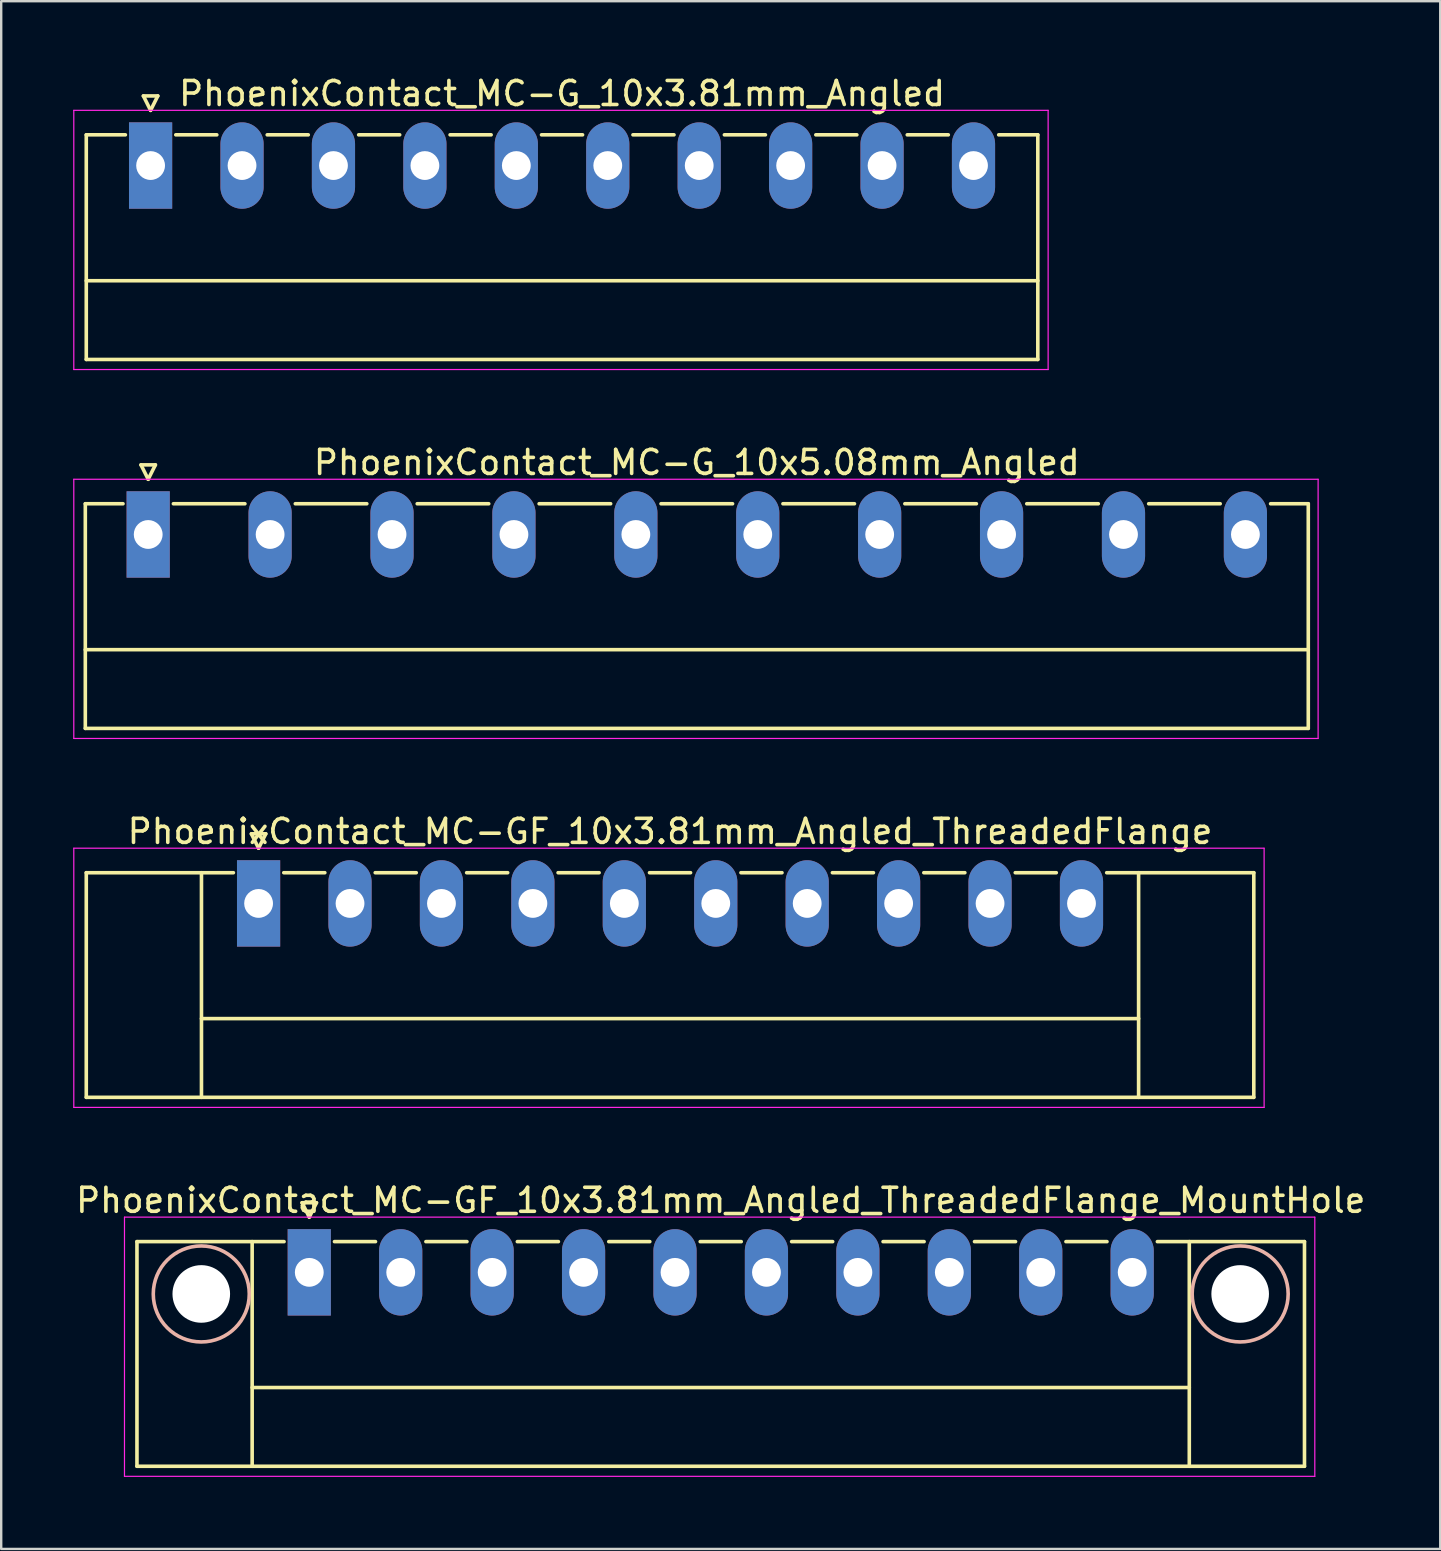
<source format=kicad_pcb>
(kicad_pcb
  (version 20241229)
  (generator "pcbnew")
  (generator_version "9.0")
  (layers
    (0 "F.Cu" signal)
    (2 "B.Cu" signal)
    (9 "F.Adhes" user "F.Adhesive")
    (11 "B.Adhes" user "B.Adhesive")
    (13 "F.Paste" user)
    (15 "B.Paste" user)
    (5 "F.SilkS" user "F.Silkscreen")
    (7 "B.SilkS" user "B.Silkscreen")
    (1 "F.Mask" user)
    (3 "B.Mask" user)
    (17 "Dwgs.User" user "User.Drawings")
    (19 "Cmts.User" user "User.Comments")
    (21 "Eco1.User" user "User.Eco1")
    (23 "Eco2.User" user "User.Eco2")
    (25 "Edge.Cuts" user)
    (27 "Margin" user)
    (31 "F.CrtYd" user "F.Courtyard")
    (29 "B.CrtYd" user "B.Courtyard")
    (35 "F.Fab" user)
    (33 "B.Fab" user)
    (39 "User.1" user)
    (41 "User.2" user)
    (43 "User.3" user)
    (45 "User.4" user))
  (footprint "PhoenixContact_MC-GF_10x3.81mm_Angled_ThreadedFlange_MountHole"
    (layer "F.Cu")
    (at 9.837 49.968)
    (property "Reference" "PhoenixContact_MC-GF_10x3.81mm_Angled_ThreadedFlange_MountHole" (at 17.145 -3 0) (layer "F.SilkS") (effects (font (size 1 1) (thickness 0.15))))
    (attr through_hole)
    (fp_line (start -7.18 -1.28) (end -7.18 8.08) (stroke (width 0.15) (type solid)) (layer "F.SilkS"))
    (fp_line (start -7.18 -1.28) (end -1.05 -1.28) (stroke (width 0.15) (type solid)) (layer "F.SilkS"))
    (fp_line (start -7.18 8.08) (end 41.47 8.08) (stroke (width 0.15) (type solid)) (layer "F.SilkS"))
    (fp_line (start -2.38 -1.28) (end -2.38 8.08) (stroke (width 0.15) (type solid)) (layer "F.SilkS"))
    (fp_line (start -2.38 4.8) (end 36.67 4.8) (stroke (width 0.15) (type solid)) (layer "F.SilkS"))
    (fp_line (start -0.3 -2.9) (end 0 -2.3) (stroke (width 0.15) (type solid)) (layer "F.SilkS"))
    (fp_line (start 0 -2.3) (end 0.3 -2.9) (stroke (width 0.15) (type solid)) (layer "F.SilkS"))
    (fp_line (start 0.3 -2.9) (end -0.3 -2.9) (stroke (width 0.15) (type solid)) (layer "F.SilkS"))
    (fp_line (start 1.05 -1.28) (end 2.76 -1.28) (stroke (width 0.15) (type solid)) (layer "F.SilkS"))
    (fp_line (start 4.86 -1.28) (end 6.57 -1.28) (stroke (width 0.15) (type solid)) (layer "F.SilkS"))
    (fp_line (start 8.67 -1.28) (end 10.38 -1.28) (stroke (width 0.15) (type solid)) (layer "F.SilkS"))
    (fp_line (start 12.48 -1.28) (end 14.19 -1.28) (stroke (width 0.15) (type solid)) (layer "F.SilkS"))
    (fp_line (start 16.29 -1.28) (end 18 -1.28) (stroke (width 0.15) (type solid)) (layer "F.SilkS"))
    (fp_line (start 20.1 -1.28) (end 21.81 -1.28) (stroke (width 0.15) (type solid)) (layer "F.SilkS"))
    (fp_line (start 23.91 -1.28) (end 25.62 -1.28) (stroke (width 0.15) (type solid)) (layer "F.SilkS"))
    (fp_line (start 27.72 -1.28) (end 29.43 -1.28) (stroke (width 0.15) (type solid)) (layer "F.SilkS"))
    (fp_line (start 31.53 -1.28) (end 33.24 -1.28) (stroke (width 0.15) (type solid)) (layer "F.SilkS"))
    (fp_line (start 36.67 -1.28) (end 36.67 8.08) (stroke (width 0.15) (type solid)) (layer "F.SilkS"))
    (fp_line (start 41.47 -1.28) (end 35.34 -1.28) (stroke (width 0.15) (type solid)) (layer "F.SilkS"))
    (fp_line (start 41.47 8.08) (end 41.47 -1.28) (stroke (width 0.15) (type solid)) (layer "F.SilkS"))
    (fp_circle (center -4.5 0.9) (end -2.5 0.9) (stroke (width 0.15) (type solid)) (fill no) (layer "B.SilkS"))
    (fp_circle (center 38.79 0.9) (end 40.79 0.9) (stroke (width 0.15) (type solid)) (fill no) (layer "B.SilkS"))
    (fp_line (start -7.7 -2.3) (end -7.7 8.5) (stroke (width 0.05) (type solid)) (layer "F.CrtYd"))
    (fp_line (start -7.7 8.5) (end 41.9 8.5) (stroke (width 0.05) (type solid)) (layer "F.CrtYd"))
    (fp_line (start 41.9 -2.3) (end -7.7 -2.3) (stroke (width 0.05) (type solid)) (layer "F.CrtYd"))
    (fp_line (start 41.9 8.5) (end 41.9 -2.3) (stroke (width 0.05) (type solid)) (layer "F.CrtYd"))
    (pad "" np_thru_hole circle (at -4.5 0.9) (size 2.4 2.4) (drill 2.4) (layers "*.Cu" "*.Mask"))
    (pad "" np_thru_hole circle (at 38.79 0.9) (size 2.4 2.4) (drill 2.4) (layers "*.Cu" "*.Mask"))
    (pad "1" thru_hole rect (at 0 0) (size 1.8 3.6) (drill 1.2) (layers "*.Cu" "*.Mask"))
    (pad "2" thru_hole oval (at 3.81 0) (size 1.8 3.6) (drill 1.2) (layers "*.Cu" "*.Mask"))
    (pad "3" thru_hole oval (at 7.62 0) (size 1.8 3.6) (drill 1.2) (layers "*.Cu" "*.Mask"))
    (pad "4" thru_hole oval (at 11.43 0) (size 1.8 3.6) (drill 1.2) (layers "*.Cu" "*.Mask"))
    (pad "5" thru_hole oval (at 15.24 0) (size 1.8 3.6) (drill 1.2) (layers "*.Cu" "*.Mask"))
    (pad "6" thru_hole oval (at 19.05 0) (size 1.8 3.6) (drill 1.2) (layers "*.Cu" "*.Mask"))
    (pad "7" thru_hole oval (at 22.86 0) (size 1.8 3.6) (drill 1.2) (layers "*.Cu" "*.Mask"))
    (pad "8" thru_hole oval (at 26.67 0) (size 1.8 3.6) (drill 1.2) (layers "*.Cu" "*.Mask"))
    (pad "9" thru_hole oval (at 30.48 0) (size 1.8 3.6) (drill 1.2) (layers "*.Cu" "*.Mask"))
    (pad "10" thru_hole oval (at 34.29 0) (size 1.8 3.6) (drill 1.2) (layers "*.Cu" "*.Mask")))
  (footprint "PhoenixContact_MC-G_10x5.08mm_Angled"
    (layer "F.Cu")
    (at 3.125 19.221)
    (property "Reference" "PhoenixContact_MC-G_10x5.08mm_Angled" (at 22.86 -3 0) (layer "F.SilkS") (effects (font (size 1 1) (thickness 0.15))))
    (attr through_hole)
    (fp_line (start -2.62 -1.28) (end -2.62 8.08) (stroke (width 0.15) (type solid)) (layer "F.SilkS"))
    (fp_line (start -2.62 -1.28) (end -1.05 -1.28) (stroke (width 0.15) (type solid)) (layer "F.SilkS"))
    (fp_line (start -2.62 4.8) (end 48.34 4.8) (stroke (width 0.15) (type solid)) (layer "F.SilkS"))
    (fp_line (start -2.62 8.08) (end 48.34 8.08) (stroke (width 0.15) (type solid)) (layer "F.SilkS"))
    (fp_line (start -0.3 -2.9) (end 0 -2.3) (stroke (width 0.15) (type solid)) (layer "F.SilkS"))
    (fp_line (start 0 -2.3) (end 0.3 -2.9) (stroke (width 0.15) (type solid)) (layer "F.SilkS"))
    (fp_line (start 0.3 -2.9) (end -0.3 -2.9) (stroke (width 0.15) (type solid)) (layer "F.SilkS"))
    (fp_line (start 1.05 -1.28) (end 4.03 -1.28) (stroke (width 0.15) (type solid)) (layer "F.SilkS"))
    (fp_line (start 6.13 -1.28) (end 9.11 -1.28) (stroke (width 0.15) (type solid)) (layer "F.SilkS"))
    (fp_line (start 11.21 -1.28) (end 14.19 -1.28) (stroke (width 0.15) (type solid)) (layer "F.SilkS"))
    (fp_line (start 16.29 -1.28) (end 19.27 -1.28) (stroke (width 0.15) (type solid)) (layer "F.SilkS"))
    (fp_line (start 21.37 -1.28) (end 24.35 -1.28) (stroke (width 0.15) (type solid)) (layer "F.SilkS"))
    (fp_line (start 26.45 -1.28) (end 29.43 -1.28) (stroke (width 0.15) (type solid)) (layer "F.SilkS"))
    (fp_line (start 31.53 -1.28) (end 34.51 -1.28) (stroke (width 0.15) (type solid)) (layer "F.SilkS"))
    (fp_line (start 36.61 -1.28) (end 39.59 -1.28) (stroke (width 0.15) (type solid)) (layer "F.SilkS"))
    (fp_line (start 41.69 -1.28) (end 44.67 -1.28) (stroke (width 0.15) (type solid)) (layer "F.SilkS"))
    (fp_line (start 48.34 -1.28) (end 46.77 -1.28) (stroke (width 0.15) (type solid)) (layer "F.SilkS"))
    (fp_line (start 48.34 8.08) (end 48.34 -1.28) (stroke (width 0.15) (type solid)) (layer "F.SilkS"))
    (fp_line (start -3.1 -2.3) (end -3.1 8.5) (stroke (width 0.05) (type solid)) (layer "F.CrtYd"))
    (fp_line (start -3.1 8.5) (end 48.75 8.5) (stroke (width 0.05) (type solid)) (layer "F.CrtYd"))
    (fp_line (start 48.75 -2.3) (end -3.1 -2.3) (stroke (width 0.05) (type solid)) (layer "F.CrtYd"))
    (fp_line (start 48.75 8.5) (end 48.75 -2.3) (stroke (width 0.05) (type solid)) (layer "F.CrtYd"))
    (pad "1" thru_hole rect (at 0 0) (size 1.8 3.6) (drill 1.2) (layers "*.Cu" "*.Mask"))
    (pad "2" thru_hole oval (at 5.08 0) (size 1.8 3.6) (drill 1.2) (layers "*.Cu" "*.Mask"))
    (pad "3" thru_hole oval (at 10.16 0) (size 1.8 3.6) (drill 1.2) (layers "*.Cu" "*.Mask"))
    (pad "4" thru_hole oval (at 15.24 0) (size 1.8 3.6) (drill 1.2) (layers "*.Cu" "*.Mask"))
    (pad "5" thru_hole oval (at 20.32 0) (size 1.8 3.6) (drill 1.2) (layers "*.Cu" "*.Mask"))
    (pad "6" thru_hole oval (at 25.4 0) (size 1.8 3.6) (drill 1.2) (layers "*.Cu" "*.Mask"))
    (pad "7" thru_hole oval (at 30.48 0) (size 1.8 3.6) (drill 1.2) (layers "*.Cu" "*.Mask"))
    (pad "8" thru_hole oval (at 35.56 0) (size 1.8 3.6) (drill 1.2) (layers "*.Cu" "*.Mask"))
    (pad "9" thru_hole oval (at 40.64 0) (size 1.8 3.6) (drill 1.2) (layers "*.Cu" "*.Mask"))
    (pad "10" thru_hole oval (at 45.72 0) (size 1.8 3.6) (drill 1.2) (layers "*.Cu" "*.Mask")))
  (footprint "PhoenixContact_MC-G_10x3.81mm_Angled"
    (layer "F.Cu")
    (at 3.225 3.848)
    (property "Reference" "PhoenixContact_MC-G_10x3.81mm_Angled" (at 17.145 -3 0) (layer "F.SilkS") (effects (font (size 1 1) (thickness 0.15))))
    (attr through_hole)
    (fp_line (start -2.68 -1.28) (end -2.68 8.08) (stroke (width 0.15) (type solid)) (layer "F.SilkS"))
    (fp_line (start -2.68 -1.28) (end -1.05 -1.28) (stroke (width 0.15) (type solid)) (layer "F.SilkS"))
    (fp_line (start -2.68 4.8) (end 36.97 4.8) (stroke (width 0.15) (type solid)) (layer "F.SilkS"))
    (fp_line (start -2.68 8.08) (end 36.97 8.08) (stroke (width 0.15) (type solid)) (layer "F.SilkS"))
    (fp_line (start -0.3 -2.9) (end 0 -2.3) (stroke (width 0.15) (type solid)) (layer "F.SilkS"))
    (fp_line (start 0 -2.3) (end 0.3 -2.9) (stroke (width 0.15) (type solid)) (layer "F.SilkS"))
    (fp_line (start 0.3 -2.9) (end -0.3 -2.9) (stroke (width 0.15) (type solid)) (layer "F.SilkS"))
    (fp_line (start 1.05 -1.28) (end 2.76 -1.28) (stroke (width 0.15) (type solid)) (layer "F.SilkS"))
    (fp_line (start 4.86 -1.28) (end 6.57 -1.28) (stroke (width 0.15) (type solid)) (layer "F.SilkS"))
    (fp_line (start 8.67 -1.28) (end 10.38 -1.28) (stroke (width 0.15) (type solid)) (layer "F.SilkS"))
    (fp_line (start 12.48 -1.28) (end 14.19 -1.28) (stroke (width 0.15) (type solid)) (layer "F.SilkS"))
    (fp_line (start 16.29 -1.28) (end 18 -1.28) (stroke (width 0.15) (type solid)) (layer "F.SilkS"))
    (fp_line (start 20.1 -1.28) (end 21.81 -1.28) (stroke (width 0.15) (type solid)) (layer "F.SilkS"))
    (fp_line (start 23.91 -1.28) (end 25.62 -1.28) (stroke (width 0.15) (type solid)) (layer "F.SilkS"))
    (fp_line (start 27.72 -1.28) (end 29.43 -1.28) (stroke (width 0.15) (type solid)) (layer "F.SilkS"))
    (fp_line (start 31.53 -1.28) (end 33.24 -1.28) (stroke (width 0.15) (type solid)) (layer "F.SilkS"))
    (fp_line (start 36.97 -1.28) (end 35.34 -1.28) (stroke (width 0.15) (type solid)) (layer "F.SilkS"))
    (fp_line (start 36.97 8.08) (end 36.97 -1.28) (stroke (width 0.15) (type solid)) (layer "F.SilkS"))
    (fp_line (start -3.2 -2.3) (end -3.2 8.5) (stroke (width 0.05) (type solid)) (layer "F.CrtYd"))
    (fp_line (start -3.2 8.5) (end 37.4 8.5) (stroke (width 0.05) (type solid)) (layer "F.CrtYd"))
    (fp_line (start 37.4 -2.3) (end -3.2 -2.3) (stroke (width 0.05) (type solid)) (layer "F.CrtYd"))
    (fp_line (start 37.4 8.5) (end 37.4 -2.3) (stroke (width 0.05) (type solid)) (layer "F.CrtYd"))
    (pad "1" thru_hole rect (at 0 0) (size 1.8 3.6) (drill 1.2) (layers "*.Cu" "*.Mask"))
    (pad "2" thru_hole oval (at 3.81 0) (size 1.8 3.6) (drill 1.2) (layers "*.Cu" "*.Mask"))
    (pad "3" thru_hole oval (at 7.62 0) (size 1.8 3.6) (drill 1.2) (layers "*.Cu" "*.Mask"))
    (pad "4" thru_hole oval (at 11.43 0) (size 1.8 3.6) (drill 1.2) (layers "*.Cu" "*.Mask"))
    (pad "5" thru_hole oval (at 15.24 0) (size 1.8 3.6) (drill 1.2) (layers "*.Cu" "*.Mask"))
    (pad "6" thru_hole oval (at 19.05 0) (size 1.8 3.6) (drill 1.2) (layers "*.Cu" "*.Mask"))
    (pad "7" thru_hole oval (at 22.86 0) (size 1.8 3.6) (drill 1.2) (layers "*.Cu" "*.Mask"))
    (pad "8" thru_hole oval (at 26.67 0) (size 1.8 3.6) (drill 1.2) (layers "*.Cu" "*.Mask"))
    (pad "9" thru_hole oval (at 30.48 0) (size 1.8 3.6) (drill 1.2) (layers "*.Cu" "*.Mask"))
    (pad "10" thru_hole oval (at 34.29 0) (size 1.8 3.6) (drill 1.2) (layers "*.Cu" "*.Mask")))
  (footprint "PhoenixContact_MC-GF_10x3.81mm_Angled_ThreadedFlange"
    (layer "F.Cu")
    (at 7.725 34.595)
    (property "Reference" "PhoenixContact_MC-GF_10x3.81mm_Angled_ThreadedFlange" (at 17.145 -3 0) (layer "F.SilkS") (effects (font (size 1 1) (thickness 0.15))))
    (attr through_hole)
    (fp_line (start -7.18 -1.28) (end -7.18 8.08) (stroke (width 0.15) (type solid)) (layer "F.SilkS"))
    (fp_line (start -7.18 -1.28) (end -1.05 -1.28) (stroke (width 0.15) (type solid)) (layer "F.SilkS"))
    (fp_line (start -7.18 8.08) (end 41.47 8.08) (stroke (width 0.15) (type solid)) (layer "F.SilkS"))
    (fp_line (start -2.38 -1.28) (end -2.38 8.08) (stroke (width 0.15) (type solid)) (layer "F.SilkS"))
    (fp_line (start -2.38 4.8) (end 36.67 4.8) (stroke (width 0.15) (type solid)) (layer "F.SilkS"))
    (fp_line (start -0.3 -2.9) (end 0 -2.3) (stroke (width 0.15) (type solid)) (layer "F.SilkS"))
    (fp_line (start 0 -2.3) (end 0.3 -2.9) (stroke (width 0.15) (type solid)) (layer "F.SilkS"))
    (fp_line (start 0.3 -2.9) (end -0.3 -2.9) (stroke (width 0.15) (type solid)) (layer "F.SilkS"))
    (fp_line (start 1.05 -1.28) (end 2.76 -1.28) (stroke (width 0.15) (type solid)) (layer "F.SilkS"))
    (fp_line (start 4.86 -1.28) (end 6.57 -1.28) (stroke (width 0.15) (type solid)) (layer "F.SilkS"))
    (fp_line (start 8.67 -1.28) (end 10.38 -1.28) (stroke (width 0.15) (type solid)) (layer "F.SilkS"))
    (fp_line (start 12.48 -1.28) (end 14.19 -1.28) (stroke (width 0.15) (type solid)) (layer "F.SilkS"))
    (fp_line (start 16.29 -1.28) (end 18 -1.28) (stroke (width 0.15) (type solid)) (layer "F.SilkS"))
    (fp_line (start 20.1 -1.28) (end 21.81 -1.28) (stroke (width 0.15) (type solid)) (layer "F.SilkS"))
    (fp_line (start 23.91 -1.28) (end 25.62 -1.28) (stroke (width 0.15) (type solid)) (layer "F.SilkS"))
    (fp_line (start 27.72 -1.28) (end 29.43 -1.28) (stroke (width 0.15) (type solid)) (layer "F.SilkS"))
    (fp_line (start 31.53 -1.28) (end 33.24 -1.28) (stroke (width 0.15) (type solid)) (layer "F.SilkS"))
    (fp_line (start 36.67 -1.28) (end 36.67 8.08) (stroke (width 0.15) (type solid)) (layer "F.SilkS"))
    (fp_line (start 41.47 -1.28) (end 35.34 -1.28) (stroke (width 0.15) (type solid)) (layer "F.SilkS"))
    (fp_line (start 41.47 8.08) (end 41.47 -1.28) (stroke (width 0.15) (type solid)) (layer "F.SilkS"))
    (fp_line (start -7.7 -2.3) (end -7.7 8.5) (stroke (width 0.05) (type solid)) (layer "F.CrtYd"))
    (fp_line (start -7.7 8.5) (end 41.9 8.5) (stroke (width 0.05) (type solid)) (layer "F.CrtYd"))
    (fp_line (start 41.9 -2.3) (end -7.7 -2.3) (stroke (width 0.05) (type solid)) (layer "F.CrtYd"))
    (fp_line (start 41.9 8.5) (end 41.9 -2.3) (stroke (width 0.05) (type solid)) (layer "F.CrtYd"))
    (pad "1" thru_hole rect (at 0 0) (size 1.8 3.6) (drill 1.2) (layers "*.Cu" "*.Mask"))
    (pad "2" thru_hole oval (at 3.81 0) (size 1.8 3.6) (drill 1.2) (layers "*.Cu" "*.Mask"))
    (pad "3" thru_hole oval (at 7.62 0) (size 1.8 3.6) (drill 1.2) (layers "*.Cu" "*.Mask"))
    (pad "4" thru_hole oval (at 11.43 0) (size 1.8 3.6) (drill 1.2) (layers "*.Cu" "*.Mask"))
    (pad "5" thru_hole oval (at 15.24 0) (size 1.8 3.6) (drill 1.2) (layers "*.Cu" "*.Mask"))
    (pad "6" thru_hole oval (at 19.05 0) (size 1.8 3.6) (drill 1.2) (layers "*.Cu" "*.Mask"))
    (pad "7" thru_hole oval (at 22.86 0) (size 1.8 3.6) (drill 1.2) (layers "*.Cu" "*.Mask"))
    (pad "8" thru_hole oval (at 26.67 0) (size 1.8 3.6) (drill 1.2) (layers "*.Cu" "*.Mask"))
    (pad "9" thru_hole oval (at 30.48 0) (size 1.8 3.6) (drill 1.2) (layers "*.Cu" "*.Mask"))
    (pad "10" thru_hole oval (at 34.29 0) (size 1.8 3.6) (drill 1.2) (layers "*.Cu" "*.Mask")))
  (gr_rect
    (start -3 -3)
    (end 56.964 61.493)
    (stroke (width 0.1) (type default))
    (fill no)
    (layer "Edge.Cuts")))
</source>
